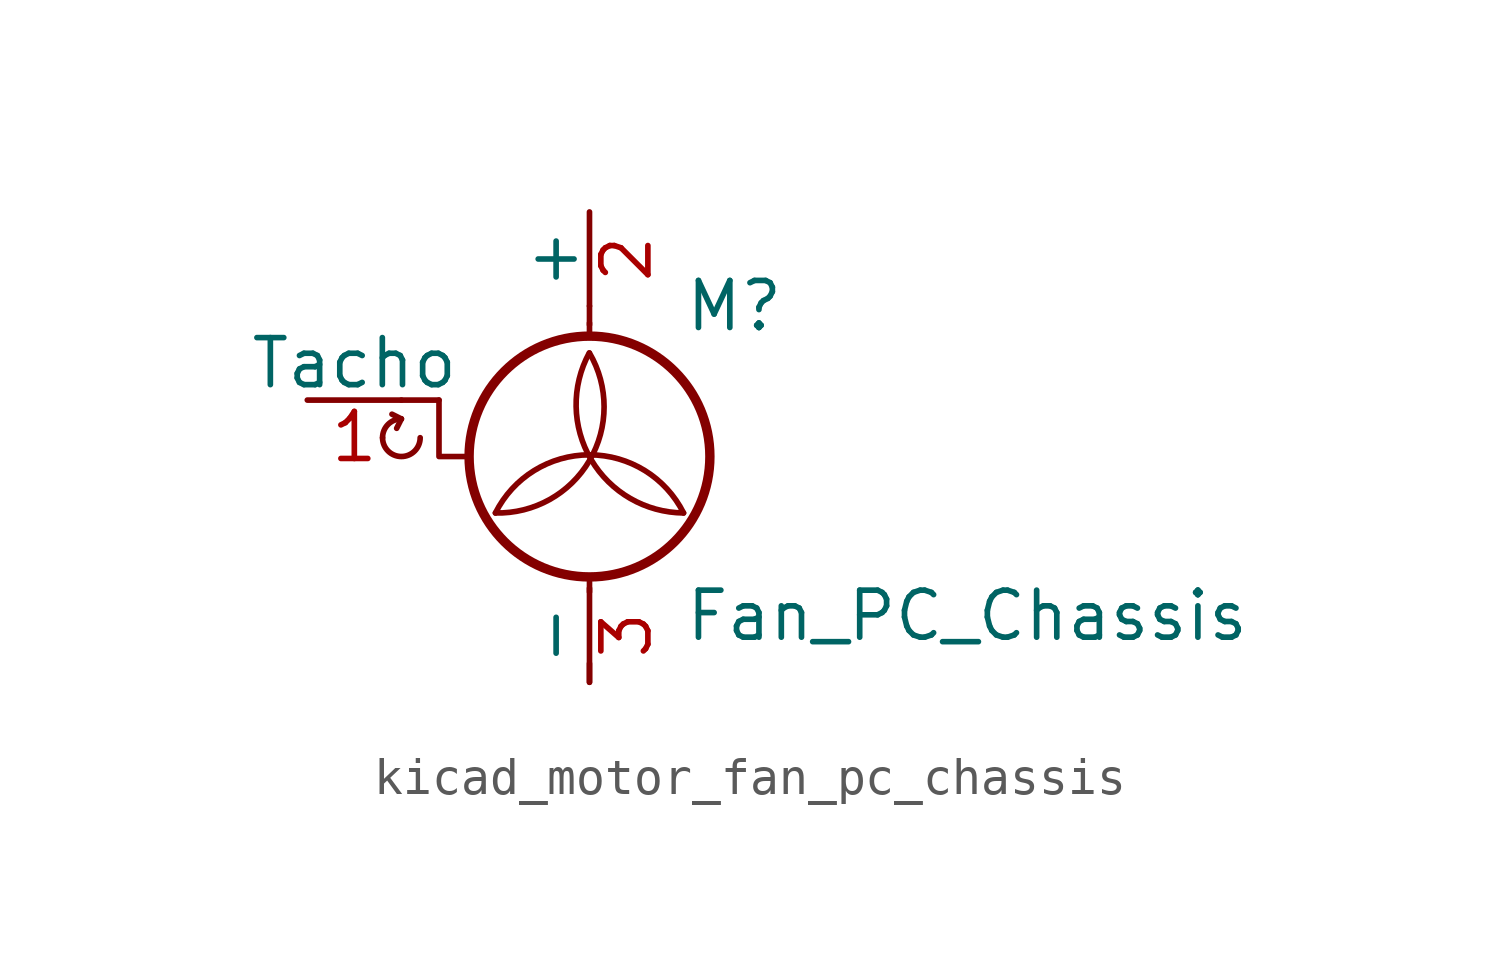
<source format=kicad_sym>
(kicad_symbol_lib
  (version 20220914)
  (generator kicad_symbol_editor)
  (symbol "kicad_motor_fan_pc_chassis"
    (pin_names
      (offset 0))
    (property "Reference" "M"
      (at 2.54 2.54 0)
      (effects (font (size 1.27 1.27)) (justify left)))
    (property "Value" "Fan_PC_Chassis"
      (at 2.54 -5.08 0)
      (effects (font (size 1.27 1.27)) (justify left top)))
    (symbol "kicad_motor_fan_pc_chassis_0_0"
      (arc (start -5.588 -1.016) (mid -5.08 -1.5218) (end -4.572 -1.016) (stroke (width 0) (type default)) (fill (type none)))
      (arc (start -5.08 -0.508) (mid -5.4392 -0.6568) (end -5.588 -1.016) (stroke (width 0) (type default)) (fill (type none)))
      (polyline (pts (xy -5.08 -0.508) (xy -5.334 -0.381)) (stroke (width 0) (type default)) (fill (type none)))
      (polyline (pts (xy -5.08 -0.508) (xy -5.207 -0.762)) (stroke (width 0) (type default)) (fill (type none)))
      (polyline (pts (xy -4.064 0) (xy -4.064 -1.524) (xy -3.302 -1.524)) (stroke (width 0) (type default)) (fill (type none))))
    (symbol "kicad_motor_fan_pc_chassis_0_1"
      (arc (start -2.54 -3.048) (mid 0.0028 -1.6279) (end 0 1.27) (stroke (width 0) (type default)) (fill (type none)))
      (circle (center 0 -1.524) (radius 3.251) (stroke (width 0.254) (type default)) (fill (type none)))
      (polyline (pts (xy -4.064 0) (xy -5.08 0)) (stroke (width 0) (type default)) (fill (type none)))
      (polyline (pts (xy 0 -7.62) (xy 0 -7.112)) (stroke (width 0) (type default)) (fill (type none)))
      (polyline (pts (xy 0 -4.775) (xy 0 -5.182)) (stroke (width 0) (type default)) (fill (type none)))
      (polyline (pts (xy 0 1.727) (xy 0 2.083)) (stroke (width 0) (type default)) (fill (type none)))
      (polyline (pts (xy 0 2.032) (xy 0 2.54)) (stroke (width 0) (type default)) (fill (type none)))
      (arc (start 0 1.27) (mid 0.053 -1.619) (end 2.54 -3.048) (stroke (width 0) (type default)) (fill (type none)))
      (arc (start 2.54 -3.048) (mid 0 -1.4782) (end -2.54 -3.048) (stroke (width 0) (type default)) (fill (type none))))
    (symbol "kicad_motor_fan_pc_chassis_1_1"
      (pin passive line (at -7.62 0 0) (length 2.54) (name "Tacho" (effects (font (size 1.27 1.27)))) (number "1" (effects (font (size 1.27 1.27)))))
      (pin passive line (at 0 5.08 270) (length 2.54) (name "+" (effects (font (size 1.27 1.27)))) (number "2" (effects (font (size 1.27 1.27)))))
      (pin passive line (at 0 -7.62 90) (length 2.54) (name "-" (effects (font (size 1.27 1.27)))) (number "3" (effects (font (size 1.27 1.27))))))))
</source>
